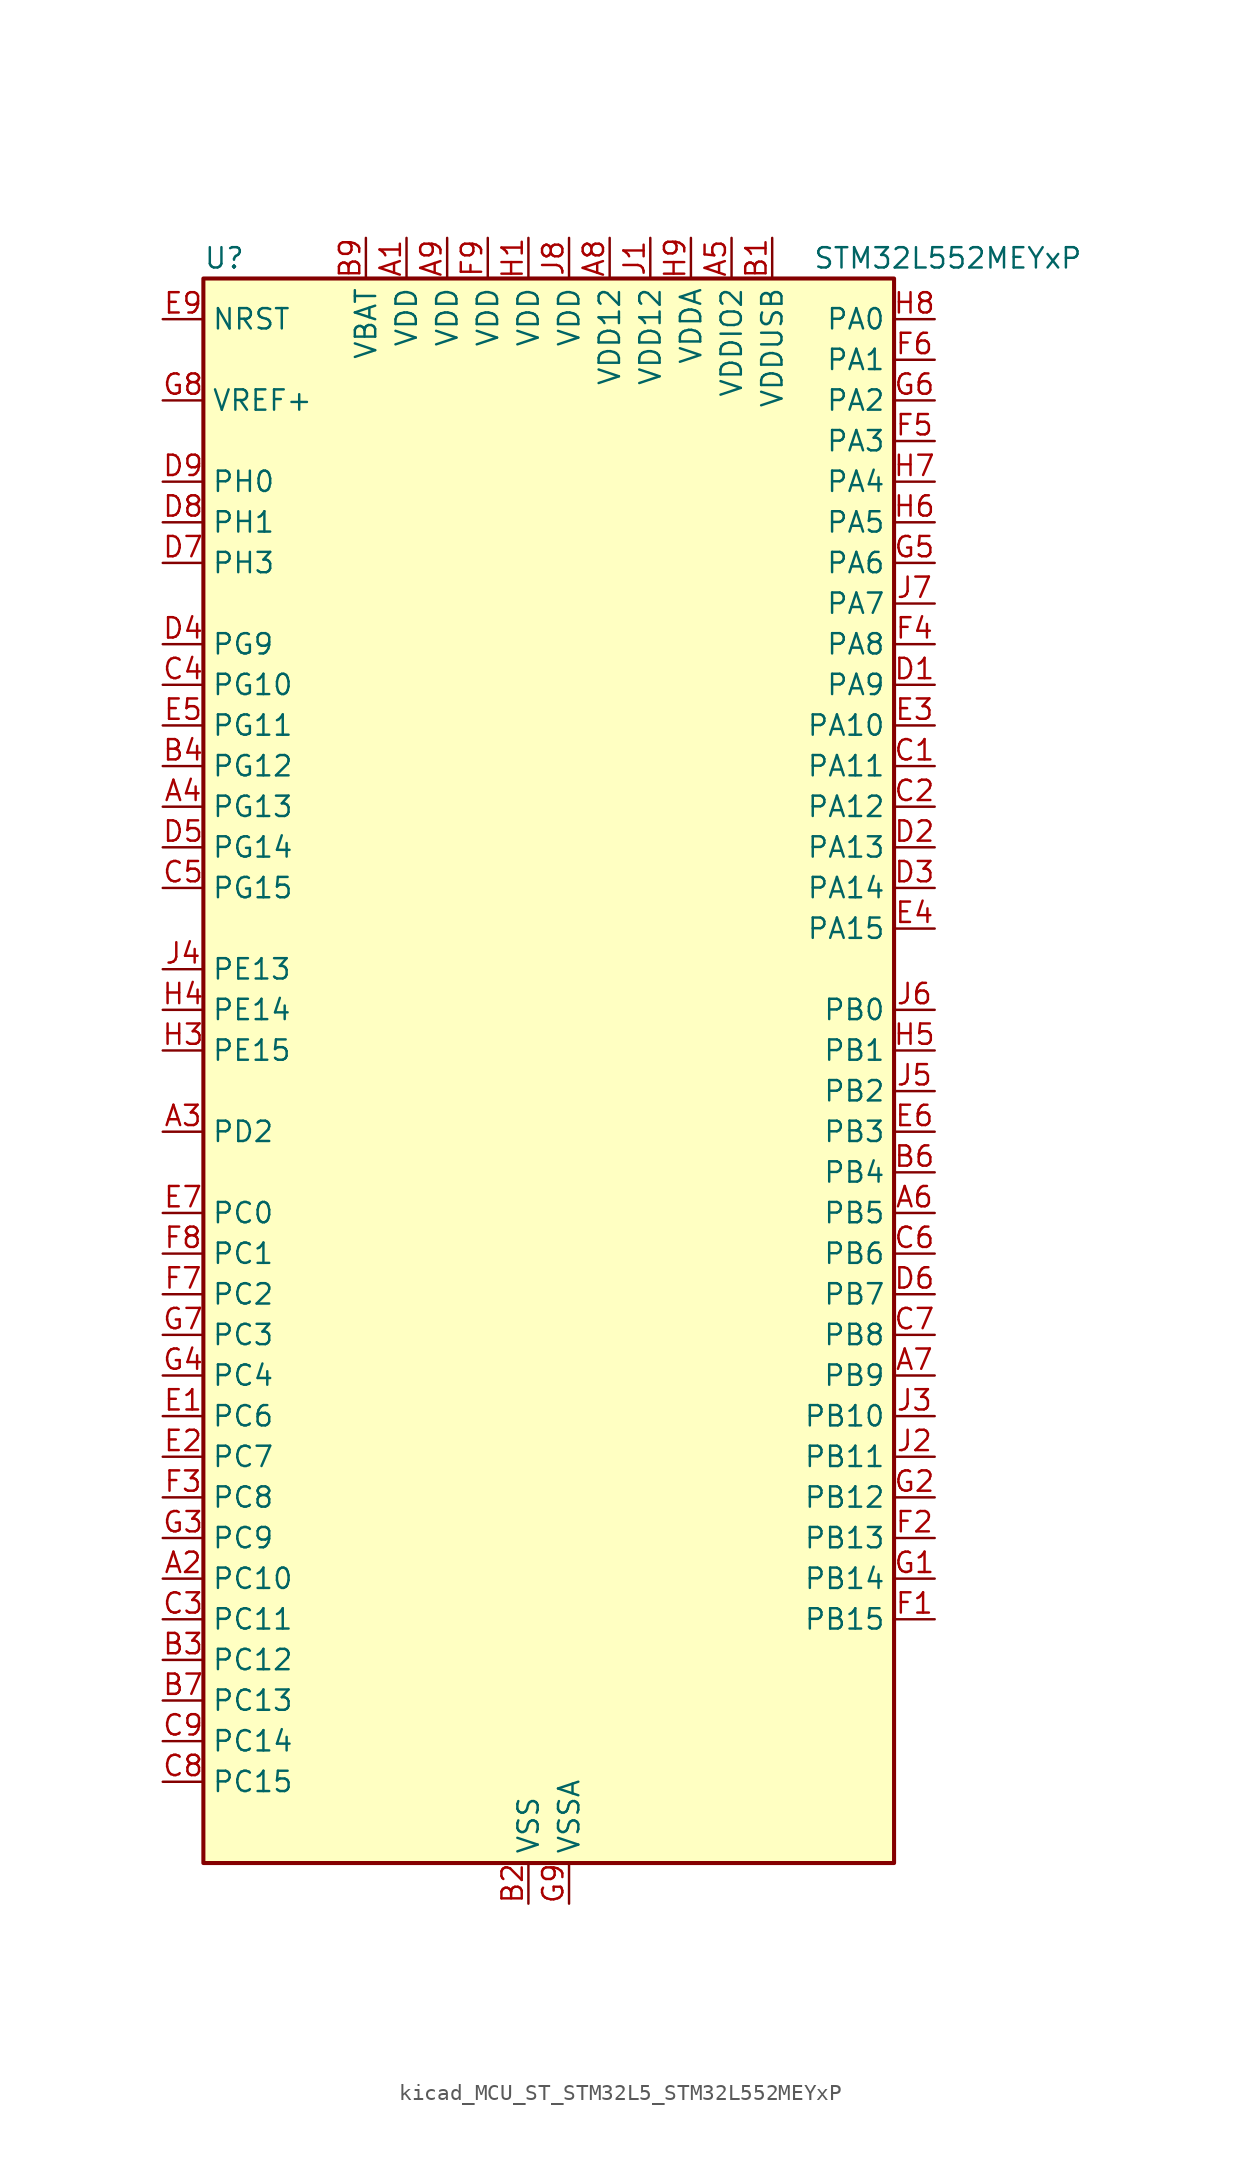
<source format=kicad_sym>
(kicad_symbol_lib
  (version 20220914)
  (generator kicad_symbol_editor)
  (symbol "kicad_MCU_ST_STM32L5_STM32L552MEYxP"
    (property "Reference" "U"
      (at -20.32 52.07 0)
      (effects (font (size 1.27 1.27)) (justify left)))
    (property "Value" "STM32L552MEYxP"
      (at 17.78 52.07 0)
      (effects (font (size 1.27 1.27)) (justify left)))
    (property "ki_locked" ""
      (at 0 0 0)
      (effects (font (size 1.27 1.27))))
    (symbol "kicad_MCU_ST_STM32L5_STM32L552MEYxP_0_1"
      (rectangle (start -20.32 -48.26) (end 22.86 50.8) (stroke (width 0.254) (type default)) (fill (type background))))
    (symbol "kicad_MCU_ST_STM32L5_STM32L552MEYxP_1_1"
      (pin power_in line (at -7.62 53.34 270) (length 2.54) (name "VDD" (effects (font (size 1.27 1.27)))) (number "A1" (effects (font (size 1.27 1.27)))))
      (pin bidirectional line (at -22.86 -30.48 0) (length 2.54) (name "PC10" (effects (font (size 1.27 1.27)))) (number "A2" (effects (font (size 1.27 1.27)))) (alternate "DEBUG_TRACED1" bidirectional line) (alternate "LPTIM3_ETR" bidirectional line) (alternate "SAI2_SCK_B" bidirectional line) (alternate "SDMMC1_D2" bidirectional line) (alternate "SPI3_SCK" bidirectional line) (alternate "TSC_G3_IO2" bidirectional line) (alternate "UART4_TX" bidirectional line) (alternate "USART3_TX" bidirectional line))
      (pin bidirectional line (at -22.86 -2.54 0) (length 2.54) (name "PD2" (effects (font (size 1.27 1.27)))) (number "A3" (effects (font (size 1.27 1.27)))) (alternate "DEBUG_TRACED2" bidirectional line) (alternate "SDMMC1_CMD" bidirectional line) (alternate "TIM3_ETR" bidirectional line) (alternate "TSC_SYNC" bidirectional line) (alternate "UART5_RX" bidirectional line) (alternate "USART3_DE" bidirectional line) (alternate "USART3_RTS" bidirectional line))
      (pin bidirectional line (at -22.86 17.78 0) (length 2.54) (name "PG13" (effects (font (size 1.27 1.27)))) (number "A4" (effects (font (size 1.27 1.27)))) (alternate "I2C1_SDA" bidirectional line) (alternate "USART1_CK" bidirectional line))
      (pin power_in line (at 12.7 53.34 270) (length 2.54) (name "VDDIO2" (effects (font (size 1.27 1.27)))) (number "A5" (effects (font (size 1.27 1.27)))))
      (pin bidirectional line (at 25.4 -7.62 180) (length 2.54) (name "PB5" (effects (font (size 1.27 1.27)))) (number "A6" (effects (font (size 1.27 1.27)))) (alternate "COMP2_OUT" bidirectional line) (alternate "I2C1_SMBA" bidirectional line) (alternate "LPTIM1_IN1" bidirectional line) (alternate "OCTOSPI1_NCLK" bidirectional line) (alternate "SAI1_SD_B" bidirectional line) (alternate "SPI1_MOSI" bidirectional line) (alternate "SPI3_MOSI" bidirectional line) (alternate "TIM16_BKIN" bidirectional line) (alternate "TIM3_CH2" bidirectional line) (alternate "TSC_G2_IO2" bidirectional line) (alternate "UART5_CTS" bidirectional line) (alternate "UCPD1_DBCC1" bidirectional line) (alternate "USART1_CK" bidirectional line))
      (pin bidirectional line (at 25.4 -17.78 180) (length 2.54) (name "PB9" (effects (font (size 1.27 1.27)))) (number "A7" (effects (font (size 1.27 1.27)))) (alternate "DAC1_EXTI9" bidirectional line) (alternate "FDCAN1_TX" bidirectional line) (alternate "I2C1_SDA" bidirectional line) (alternate "IR_OUT" bidirectional line) (alternate "SAI1_D2" bidirectional line) (alternate "SAI1_FS_A" bidirectional line) (alternate "SDMMC1_CDIR" bidirectional line) (alternate "SDMMC1_D5" bidirectional line) (alternate "SPI2_NSS" bidirectional line) (alternate "TIM17_CH1" bidirectional line) (alternate "TIM4_CH4" bidirectional line))
      (pin power_in line (at 5.08 53.34 270) (length 2.54) (name "VDD12" (effects (font (size 1.27 1.27)))) (number "A8" (effects (font (size 1.27 1.27)))))
      (pin power_in line (at -5.08 53.34 270) (length 2.54) (name "VDD" (effects (font (size 1.27 1.27)))) (number "A9" (effects (font (size 1.27 1.27)))))
      (pin power_in line (at 15.24 53.34 270) (length 2.54) (name "VDDUSB" (effects (font (size 1.27 1.27)))) (number "B1" (effects (font (size 1.27 1.27)))))
      (pin power_in line (at 0 -50.8 90) (length 2.54) (name "VSS" (effects (font (size 1.27 1.27)))) (number "B2" (effects (font (size 1.27 1.27)))))
      (pin bidirectional line (at -22.86 -35.56 0) (length 2.54) (name "PC12" (effects (font (size 1.27 1.27)))) (number "B3" (effects (font (size 1.27 1.27)))) (alternate "DEBUG_TRACED3" bidirectional line) (alternate "SAI2_SD_B" bidirectional line) (alternate "SDMMC1_CK" bidirectional line) (alternate "SPI3_MOSI" bidirectional line) (alternate "TSC_G3_IO4" bidirectional line) (alternate "UART5_TX" bidirectional line) (alternate "USART3_CK" bidirectional line))
      (pin bidirectional line (at -22.86 20.32 0) (length 2.54) (name "PG12" (effects (font (size 1.27 1.27)))) (number "B4" (effects (font (size 1.27 1.27)))) (alternate "LPTIM1_ETR" bidirectional line) (alternate "SAI2_SD_A" bidirectional line) (alternate "SPI3_NSS" bidirectional line) (alternate "USART1_DE" bidirectional line) (alternate "USART1_RTS" bidirectional line))
      (pin passive line (at 0 -50.8 90) (length 2.54) hide (name "VSS" (effects (font (size 1.27 1.27)))) (number "B5" (effects (font (size 1.27 1.27)))))
      (pin bidirectional line (at 25.4 -5.08 180) (length 2.54) (name "PB4" (effects (font (size 1.27 1.27)))) (number "B6" (effects (font (size 1.27 1.27)))) (alternate "COMP2_INP" bidirectional line) (alternate "DEBUG_JTRST" bidirectional line) (alternate "I2C3_SDA" bidirectional line) (alternate "SAI1_MCLK_B" bidirectional line) (alternate "SPI1_MISO" bidirectional line) (alternate "SPI3_MISO" bidirectional line) (alternate "TIM17_BKIN" bidirectional line) (alternate "TIM3_CH1" bidirectional line) (alternate "TSC_G2_IO1" bidirectional line) (alternate "UART5_DE" bidirectional line) (alternate "UART5_RTS" bidirectional line) (alternate "USART1_CTS" bidirectional line) (alternate "USART1_NSS" bidirectional line))
      (pin bidirectional line (at -22.86 -38.1 0) (length 2.54) (name "PC13" (effects (font (size 1.27 1.27)))) (number "B7" (effects (font (size 1.27 1.27)))) (alternate "PWR_WKUP2" bidirectional line) (alternate "RTC_OUT1" bidirectional line) (alternate "RTC_TS" bidirectional line) (alternate "TAMP_IN1" bidirectional line) (alternate "TAMP_OUT2" bidirectional line))
      (pin passive line (at 0 -50.8 90) (length 2.54) hide (name "VSS" (effects (font (size 1.27 1.27)))) (number "B8" (effects (font (size 1.27 1.27)))))
      (pin power_in line (at -10.16 53.34 270) (length 2.54) (name "VBAT" (effects (font (size 1.27 1.27)))) (number "B9" (effects (font (size 1.27 1.27)))))
      (pin bidirectional line (at 25.4 20.32 180) (length 2.54) (name "PA11" (effects (font (size 1.27 1.27)))) (number "C1" (effects (font (size 1.27 1.27)))) (alternate "ADC1_EXTI11" bidirectional line) (alternate "ADC2_EXTI11" bidirectional line) (alternate "FDCAN1_RX" bidirectional line) (alternate "SPI1_MISO" bidirectional line) (alternate "TIM1_BKIN2" bidirectional line) (alternate "TIM1_CH4" bidirectional line) (alternate "USART1_CTS" bidirectional line) (alternate "USART1_NSS" bidirectional line) (alternate "USB_DM" bidirectional line))
      (pin bidirectional line (at 25.4 17.78 180) (length 2.54) (name "PA12" (effects (font (size 1.27 1.27)))) (number "C2" (effects (font (size 1.27 1.27)))) (alternate "FDCAN1_TX" bidirectional line) (alternate "SPI1_MOSI" bidirectional line) (alternate "TIM1_ETR" bidirectional line) (alternate "USART1_DE" bidirectional line) (alternate "USART1_RTS" bidirectional line) (alternate "USB_DP" bidirectional line))
      (pin bidirectional line (at -22.86 -33.02 0) (length 2.54) (name "PC11" (effects (font (size 1.27 1.27)))) (number "C3" (effects (font (size 1.27 1.27)))) (alternate "ADC1_EXTI11" bidirectional line) (alternate "ADC2_EXTI11" bidirectional line) (alternate "LPTIM3_IN1" bidirectional line) (alternate "OCTOSPI1_NCS" bidirectional line) (alternate "SAI2_MCLK_B" bidirectional line) (alternate "SDMMC1_D3" bidirectional line) (alternate "SPI3_MISO" bidirectional line) (alternate "TSC_G3_IO3" bidirectional line) (alternate "UART4_RX" bidirectional line) (alternate "UCPD1_FRSTX2" bidirectional line) (alternate "USART3_RX" bidirectional line))
      (pin bidirectional line (at -22.86 25.4 0) (length 2.54) (name "PG10" (effects (font (size 1.27 1.27)))) (number "C4" (effects (font (size 1.27 1.27)))) (alternate "LPTIM1_IN1" bidirectional line) (alternate "SAI2_FS_A" bidirectional line) (alternate "SPI3_MISO" bidirectional line) (alternate "TIM15_CH1" bidirectional line) (alternate "USART1_RX" bidirectional line))
      (pin bidirectional line (at -22.86 12.7 0) (length 2.54) (name "PG15" (effects (font (size 1.27 1.27)))) (number "C5" (effects (font (size 1.27 1.27)))) (alternate "ADC1_EXTI15" bidirectional line) (alternate "ADC2_EXTI15" bidirectional line) (alternate "I2C1_SMBA" bidirectional line) (alternate "LPTIM1_OUT" bidirectional line))
      (pin bidirectional line (at 25.4 -10.16 180) (length 2.54) (name "PB6" (effects (font (size 1.27 1.27)))) (number "C6" (effects (font (size 1.27 1.27)))) (alternate "COMP2_INP" bidirectional line) (alternate "I2C1_SCL" bidirectional line) (alternate "I2C4_SCL" bidirectional line) (alternate "LPTIM1_ETR" bidirectional line) (alternate "SAI1_FS_B" bidirectional line) (alternate "TIM16_CH1N" bidirectional line) (alternate "TIM4_CH1" bidirectional line) (alternate "TIM8_BKIN2" bidirectional line) (alternate "TSC_G2_IO3" bidirectional line) (alternate "USART1_TX" bidirectional line))
      (pin bidirectional line (at 25.4 -15.24 180) (length 2.54) (name "PB8" (effects (font (size 1.27 1.27)))) (number "C7" (effects (font (size 1.27 1.27)))) (alternate "DFSDM1_CKOUT" bidirectional line) (alternate "FDCAN1_RX" bidirectional line) (alternate "I2C1_SCL" bidirectional line) (alternate "SAI1_CK1" bidirectional line) (alternate "SAI1_MCLK_A" bidirectional line) (alternate "SDMMC1_CKIN" bidirectional line) (alternate "SDMMC1_D4" bidirectional line) (alternate "TIM16_CH1" bidirectional line) (alternate "TIM4_CH3" bidirectional line))
      (pin bidirectional line (at -22.86 -43.18 0) (length 2.54) (name "PC15" (effects (font (size 1.27 1.27)))) (number "C8" (effects (font (size 1.27 1.27)))) (alternate "ADC1_EXTI15" bidirectional line) (alternate "ADC2_EXTI15" bidirectional line) (alternate "RCC_OSC32_OUT" bidirectional line))
      (pin bidirectional line (at -22.86 -40.64 0) (length 2.54) (name "PC14" (effects (font (size 1.27 1.27)))) (number "C9" (effects (font (size 1.27 1.27)))) (alternate "RCC_OSC32_IN" bidirectional line))
      (pin bidirectional line (at 25.4 25.4 180) (length 2.54) (name "PA9" (effects (font (size 1.27 1.27)))) (number "D1" (effects (font (size 1.27 1.27)))) (alternate "DAC1_EXTI9" bidirectional line) (alternate "SAI1_FS_A" bidirectional line) (alternate "SPI2_SCK" bidirectional line) (alternate "TIM15_BKIN" bidirectional line) (alternate "TIM1_CH2" bidirectional line) (alternate "USART1_TX" bidirectional line))
      (pin bidirectional line (at 25.4 15.24 180) (length 2.54) (name "PA13" (effects (font (size 1.27 1.27)))) (number "D2" (effects (font (size 1.27 1.27)))) (alternate "DEBUG_JTMS-SWDIO" bidirectional line) (alternate "IR_OUT" bidirectional line) (alternate "SAI1_SD_B" bidirectional line) (alternate "USB_NOE" bidirectional line))
      (pin bidirectional line (at 25.4 12.7 180) (length 2.54) (name "PA14" (effects (font (size 1.27 1.27)))) (number "D3" (effects (font (size 1.27 1.27)))) (alternate "DEBUG_JTCK-SWCLK" bidirectional line) (alternate "I2C1_SMBA" bidirectional line) (alternate "I2C4_SMBA" bidirectional line) (alternate "LPTIM1_OUT" bidirectional line) (alternate "SAI1_FS_B" bidirectional line))
      (pin bidirectional line (at -22.86 27.94 0) (length 2.54) (name "PG9" (effects (font (size 1.27 1.27)))) (number "D4" (effects (font (size 1.27 1.27)))) (alternate "DAC1_EXTI9" bidirectional line) (alternate "SAI2_SCK_A" bidirectional line) (alternate "SPI3_SCK" bidirectional line) (alternate "TIM15_CH1N" bidirectional line) (alternate "USART1_TX" bidirectional line))
      (pin bidirectional line (at -22.86 15.24 0) (length 2.54) (name "PG14" (effects (font (size 1.27 1.27)))) (number "D5" (effects (font (size 1.27 1.27)))) (alternate "I2C1_SCL" bidirectional line))
      (pin bidirectional line (at 25.4 -12.7 180) (length 2.54) (name "PB7" (effects (font (size 1.27 1.27)))) (number "D6" (effects (font (size 1.27 1.27)))) (alternate "COMP2_INM" bidirectional line) (alternate "I2C1_SDA" bidirectional line) (alternate "I2C4_SDA" bidirectional line) (alternate "LPTIM1_IN2" bidirectional line) (alternate "PWR_PVD_IN" bidirectional line) (alternate "TIM17_CH1N" bidirectional line) (alternate "TIM4_CH2" bidirectional line) (alternate "TIM8_BKIN" bidirectional line) (alternate "TSC_G2_IO4" bidirectional line) (alternate "UART4_CTS" bidirectional line) (alternate "USART1_RX" bidirectional line))
      (pin bidirectional line (at -22.86 33.02 0) (length 2.54) (name "PH3" (effects (font (size 1.27 1.27)))) (number "D7" (effects (font (size 1.27 1.27)))))
      (pin bidirectional line (at -22.86 35.56 0) (length 2.54) (name "PH1" (effects (font (size 1.27 1.27)))) (number "D8" (effects (font (size 1.27 1.27)))) (alternate "RCC_OSC_OUT" bidirectional line))
      (pin bidirectional line (at -22.86 38.1 0) (length 2.54) (name "PH0" (effects (font (size 1.27 1.27)))) (number "D9" (effects (font (size 1.27 1.27)))) (alternate "RCC_OSC_IN" bidirectional line))
      (pin bidirectional line (at -22.86 -20.32 0) (length 2.54) (name "PC6" (effects (font (size 1.27 1.27)))) (number "E1" (effects (font (size 1.27 1.27)))) (alternate "DFSDM1_CKIN3" bidirectional line) (alternate "SAI2_MCLK_A" bidirectional line) (alternate "SDMMC1_D0DIR" bidirectional line) (alternate "SDMMC1_D6" bidirectional line) (alternate "TIM3_CH1" bidirectional line) (alternate "TIM8_CH1" bidirectional line) (alternate "TSC_G4_IO1" bidirectional line))
      (pin bidirectional line (at -22.86 -22.86 0) (length 2.54) (name "PC7" (effects (font (size 1.27 1.27)))) (number "E2" (effects (font (size 1.27 1.27)))) (alternate "DFSDM1_DATIN3" bidirectional line) (alternate "SAI2_MCLK_B" bidirectional line) (alternate "SDMMC1_D123DIR" bidirectional line) (alternate "SDMMC1_D7" bidirectional line) (alternate "TIM3_CH2" bidirectional line) (alternate "TIM8_CH2" bidirectional line) (alternate "TSC_G4_IO2" bidirectional line))
      (pin bidirectional line (at 25.4 22.86 180) (length 2.54) (name "PA10" (effects (font (size 1.27 1.27)))) (number "E3" (effects (font (size 1.27 1.27)))) (alternate "CRS_SYNC" bidirectional line) (alternate "SAI1_D1" bidirectional line) (alternate "SAI1_SD_A" bidirectional line) (alternate "TIM17_BKIN" bidirectional line) (alternate "TIM1_CH3" bidirectional line) (alternate "USART1_RX" bidirectional line))
      (pin bidirectional line (at 25.4 10.16 180) (length 2.54) (name "PA15" (effects (font (size 1.27 1.27)))) (number "E4" (effects (font (size 1.27 1.27)))) (alternate "ADC1_EXTI15" bidirectional line) (alternate "ADC2_EXTI15" bidirectional line) (alternate "DEBUG_JTDI" bidirectional line) (alternate "SAI2_FS_B" bidirectional line) (alternate "SPI1_NSS" bidirectional line) (alternate "SPI3_NSS" bidirectional line) (alternate "TIM2_CH1" bidirectional line) (alternate "TIM2_ETR" bidirectional line) (alternate "UART4_DE" bidirectional line) (alternate "UART4_RTS" bidirectional line) (alternate "UCPD1_CC1" bidirectional line) (alternate "USART2_RX" bidirectional line) (alternate "USART3_DE" bidirectional line) (alternate "USART3_RTS" bidirectional line))
      (pin bidirectional line (at -22.86 22.86 0) (length 2.54) (name "PG11" (effects (font (size 1.27 1.27)))) (number "E5" (effects (font (size 1.27 1.27)))) (alternate "ADC1_EXTI11" bidirectional line) (alternate "ADC2_EXTI11" bidirectional line) (alternate "LPTIM1_IN2" bidirectional line) (alternate "OCTOSPI1_IO5" bidirectional line) (alternate "SAI2_MCLK_A" bidirectional line) (alternate "SPI3_MOSI" bidirectional line) (alternate "TIM15_CH2" bidirectional line) (alternate "USART1_CTS" bidirectional line) (alternate "USART1_NSS" bidirectional line))
      (pin bidirectional line (at 25.4 -2.54 180) (length 2.54) (name "PB3" (effects (font (size 1.27 1.27)))) (number "E6" (effects (font (size 1.27 1.27)))) (alternate "COMP2_INM" bidirectional line) (alternate "CRS_SYNC" bidirectional line) (alternate "DEBUG_JTDO-SWO" bidirectional line) (alternate "SAI1_SCK_B" bidirectional line) (alternate "SPI1_SCK" bidirectional line) (alternate "SPI3_SCK" bidirectional line) (alternate "TIM2_CH2" bidirectional line) (alternate "USART1_DE" bidirectional line) (alternate "USART1_RTS" bidirectional line))
      (pin bidirectional line (at -22.86 -7.62 0) (length 2.54) (name "PC0" (effects (font (size 1.27 1.27)))) (number "E7" (effects (font (size 1.27 1.27)))) (alternate "ADC1_IN1" bidirectional line) (alternate "ADC2_IN1" bidirectional line) (alternate "I2C3_SCL" bidirectional line) (alternate "LPTIM1_IN1" bidirectional line) (alternate "LPTIM2_IN1" bidirectional line) (alternate "LPUART1_RX" bidirectional line) (alternate "OCTOSPI1_IO7" bidirectional line) (alternate "SAI2_FS_A" bidirectional line) (alternate "SDMMC1_D5" bidirectional line))
      (pin passive line (at 0 -50.8 90) (length 2.54) hide (name "VSS" (effects (font (size 1.27 1.27)))) (number "E8" (effects (font (size 1.27 1.27)))))
      (pin input line (at -22.86 48.26 0) (length 2.54) (name "NRST" (effects (font (size 1.27 1.27)))) (number "E9" (effects (font (size 1.27 1.27)))))
      (pin bidirectional line (at 25.4 -33.02 180) (length 2.54) (name "PB15" (effects (font (size 1.27 1.27)))) (number "F1" (effects (font (size 1.27 1.27)))) (alternate "ADC1_EXTI15" bidirectional line) (alternate "ADC2_EXTI15" bidirectional line) (alternate "DFSDM1_CKIN2" bidirectional line) (alternate "RTC_REFIN" bidirectional line) (alternate "SAI2_SD_A" bidirectional line) (alternate "SPI2_MOSI" bidirectional line) (alternate "TIM15_CH2" bidirectional line) (alternate "TIM1_CH3N" bidirectional line) (alternate "TIM8_CH3N" bidirectional line) (alternate "UCPD1_CC2" bidirectional line))
      (pin bidirectional line (at 25.4 -27.94 180) (length 2.54) (name "PB13" (effects (font (size 1.27 1.27)))) (number "F2" (effects (font (size 1.27 1.27)))) (alternate "DFSDM1_CKIN1" bidirectional line) (alternate "I2C2_SCL" bidirectional line) (alternate "LPTIM3_IN1" bidirectional line) (alternate "LPUART1_CTS" bidirectional line) (alternate "SAI2_SCK_A" bidirectional line) (alternate "SPI2_SCK" bidirectional line) (alternate "TIM15_CH1N" bidirectional line) (alternate "TIM1_CH1N" bidirectional line) (alternate "TSC_G1_IO2" bidirectional line) (alternate "UCPD1_FRSTX2" bidirectional line) (alternate "USART3_CTS" bidirectional line) (alternate "USART3_NSS" bidirectional line))
      (pin bidirectional line (at -22.86 -25.4 0) (length 2.54) (name "PC8" (effects (font (size 1.27 1.27)))) (number "F3" (effects (font (size 1.27 1.27)))) (alternate "SDMMC1_D0" bidirectional line) (alternate "TIM3_CH3" bidirectional line) (alternate "TIM8_CH3" bidirectional line) (alternate "TSC_G4_IO3" bidirectional line))
      (pin bidirectional line (at 25.4 27.94 180) (length 2.54) (name "PA8" (effects (font (size 1.27 1.27)))) (number "F4" (effects (font (size 1.27 1.27)))) (alternate "LPTIM2_OUT" bidirectional line) (alternate "RCC_MCO" bidirectional line) (alternate "SAI1_CK2" bidirectional line) (alternate "SAI1_SCK_A" bidirectional line) (alternate "TIM1_CH1" bidirectional line) (alternate "USART1_CK" bidirectional line))
      (pin bidirectional line (at 25.4 40.64 180) (length 2.54) (name "PA3" (effects (font (size 1.27 1.27)))) (number "F5" (effects (font (size 1.27 1.27)))) (alternate "ADC1_IN8" bidirectional line) (alternate "ADC2_IN8" bidirectional line) (alternate "LPUART1_RX" bidirectional line) (alternate "OCTOSPI1_CLK" bidirectional line) (alternate "OPAMP1_VOUT" bidirectional line) (alternate "SAI1_CK1" bidirectional line) (alternate "SAI1_MCLK_A" bidirectional line) (alternate "TIM15_CH2" bidirectional line) (alternate "TIM2_CH4" bidirectional line) (alternate "TIM5_CH4" bidirectional line) (alternate "USART2_RX" bidirectional line))
      (pin bidirectional line (at 25.4 45.72 180) (length 2.54) (name "PA1" (effects (font (size 1.27 1.27)))) (number "F6" (effects (font (size 1.27 1.27)))) (alternate "ADC1_IN6" bidirectional line) (alternate "ADC2_IN6" bidirectional line) (alternate "I2C1_SMBA" bidirectional line) (alternate "OCTOSPI1_DQS" bidirectional line) (alternate "OPAMP1_VINM" bidirectional line) (alternate "SPI1_SCK" bidirectional line) (alternate "TAMP_IN5" bidirectional line) (alternate "TAMP_OUT4" bidirectional line) (alternate "TIM15_CH1N" bidirectional line) (alternate "TIM2_CH2" bidirectional line) (alternate "TIM5_CH2" bidirectional line) (alternate "UART4_RX" bidirectional line) (alternate "USART2_DE" bidirectional line) (alternate "USART2_RTS" bidirectional line))
      (pin bidirectional line (at -22.86 -12.7 0) (length 2.54) (name "PC2" (effects (font (size 1.27 1.27)))) (number "F7" (effects (font (size 1.27 1.27)))) (alternate "ADC1_IN3" bidirectional line) (alternate "ADC2_IN3" bidirectional line) (alternate "DFSDM1_CKOUT" bidirectional line) (alternate "LPTIM1_IN2" bidirectional line) (alternate "OCTOSPI1_IO5" bidirectional line) (alternate "SPI2_MISO" bidirectional line))
      (pin bidirectional line (at -22.86 -10.16 0) (length 2.54) (name "PC1" (effects (font (size 1.27 1.27)))) (number "F8" (effects (font (size 1.27 1.27)))) (alternate "ADC1_IN2" bidirectional line) (alternate "ADC2_IN2" bidirectional line) (alternate "DEBUG_TRACED0" bidirectional line) (alternate "I2C3_SDA" bidirectional line) (alternate "LPTIM1_OUT" bidirectional line) (alternate "LPUART1_TX" bidirectional line) (alternate "OCTOSPI1_IO4" bidirectional line) (alternate "SAI1_SD_A" bidirectional line) (alternate "SPI2_MOSI" bidirectional line))
      (pin power_in line (at -2.54 53.34 270) (length 2.54) (name "VDD" (effects (font (size 1.27 1.27)))) (number "F9" (effects (font (size 1.27 1.27)))))
      (pin bidirectional line (at 25.4 -30.48 180) (length 2.54) (name "PB14" (effects (font (size 1.27 1.27)))) (number "G1" (effects (font (size 1.27 1.27)))) (alternate "DFSDM1_DATIN2" bidirectional line) (alternate "I2C2_SDA" bidirectional line) (alternate "LPTIM3_ETR" bidirectional line) (alternate "SAI2_MCLK_A" bidirectional line) (alternate "SPI2_MISO" bidirectional line) (alternate "TIM15_CH1" bidirectional line) (alternate "TIM1_CH2N" bidirectional line) (alternate "TIM8_CH2N" bidirectional line) (alternate "TSC_G1_IO3" bidirectional line) (alternate "UCPD1_DBCC2" bidirectional line) (alternate "USART3_DE" bidirectional line) (alternate "USART3_RTS" bidirectional line))
      (pin bidirectional line (at 25.4 -25.4 180) (length 2.54) (name "PB12" (effects (font (size 1.27 1.27)))) (number "G2" (effects (font (size 1.27 1.27)))) (alternate "DFSDM1_DATIN1" bidirectional line) (alternate "I2C2_SMBA" bidirectional line) (alternate "LPUART1_DE" bidirectional line) (alternate "LPUART1_RTS" bidirectional line) (alternate "OCTOSPI1_NCLK" bidirectional line) (alternate "SAI2_FS_A" bidirectional line) (alternate "SPI2_NSS" bidirectional line) (alternate "TIM15_BKIN" bidirectional line) (alternate "TIM1_BKIN" bidirectional line) (alternate "TSC_G1_IO1" bidirectional line) (alternate "USART3_CK" bidirectional line))
      (pin bidirectional line (at -22.86 -27.94 0) (length 2.54) (name "PC9" (effects (font (size 1.27 1.27)))) (number "G3" (effects (font (size 1.27 1.27)))) (alternate "DAC1_EXTI9" bidirectional line) (alternate "DEBUG_TRACED0" bidirectional line) (alternate "SAI2_EXTCLK" bidirectional line) (alternate "SDMMC1_D1" bidirectional line) (alternate "TIM3_CH4" bidirectional line) (alternate "TIM8_BKIN2" bidirectional line) (alternate "TIM8_CH4" bidirectional line) (alternate "TSC_G4_IO4" bidirectional line) (alternate "USB_NOE" bidirectional line))
      (pin bidirectional line (at -22.86 -17.78 0) (length 2.54) (name "PC4" (effects (font (size 1.27 1.27)))) (number "G4" (effects (font (size 1.27 1.27)))) (alternate "ADC1_IN13" bidirectional line) (alternate "ADC2_IN13" bidirectional line) (alternate "COMP1_INM" bidirectional line) (alternate "OCTOSPI1_IO7" bidirectional line) (alternate "USART3_TX" bidirectional line))
      (pin bidirectional line (at 25.4 33.02 180) (length 2.54) (name "PA6" (effects (font (size 1.27 1.27)))) (number "G5" (effects (font (size 1.27 1.27)))) (alternate "ADC1_IN11" bidirectional line) (alternate "ADC2_IN11" bidirectional line) (alternate "LPUART1_CTS" bidirectional line) (alternate "OCTOSPI1_IO3" bidirectional line) (alternate "OPAMP2_VINP" bidirectional line) (alternate "SPI1_MISO" bidirectional line) (alternate "TIM16_CH1" bidirectional line) (alternate "TIM1_BKIN" bidirectional line) (alternate "TIM3_CH1" bidirectional line) (alternate "TIM8_BKIN" bidirectional line) (alternate "USART3_CTS" bidirectional line) (alternate "USART3_NSS" bidirectional line))
      (pin bidirectional line (at 25.4 43.18 180) (length 2.54) (name "PA2" (effects (font (size 1.27 1.27)))) (number "G6" (effects (font (size 1.27 1.27)))) (alternate "ADC1_IN7" bidirectional line) (alternate "ADC2_IN7" bidirectional line) (alternate "COMP1_INP" bidirectional line) (alternate "LPUART1_TX" bidirectional line) (alternate "OCTOSPI1_NCS" bidirectional line) (alternate "PWR_WKUP4" bidirectional line) (alternate "RCC_LSCO" bidirectional line) (alternate "SAI2_EXTCLK" bidirectional line) (alternate "TIM15_CH1" bidirectional line) (alternate "TIM2_CH3" bidirectional line) (alternate "TIM5_CH3" bidirectional line) (alternate "UCPD1_FRSTX1" bidirectional line) (alternate "USART2_TX" bidirectional line))
      (pin bidirectional line (at -22.86 -15.24 0) (length 2.54) (name "PC3" (effects (font (size 1.27 1.27)))) (number "G7" (effects (font (size 1.27 1.27)))) (alternate "ADC1_IN4" bidirectional line) (alternate "ADC2_IN4" bidirectional line) (alternate "LPTIM1_ETR" bidirectional line) (alternate "LPTIM2_ETR" bidirectional line) (alternate "LPTIM3_OUT" bidirectional line) (alternate "OCTOSPI1_IO6" bidirectional line) (alternate "SAI1_D1" bidirectional line) (alternate "SAI1_SD_A" bidirectional line) (alternate "SPI2_MOSI" bidirectional line))
      (pin input line (at -22.86 43.18 0) (length 2.54) (name "VREF+" (effects (font (size 1.27 1.27)))) (number "G8" (effects (font (size 1.27 1.27)))))
      (pin power_in line (at 2.54 -50.8 90) (length 2.54) (name "VSSA" (effects (font (size 1.27 1.27)))) (number "G9" (effects (font (size 1.27 1.27)))))
      (pin power_in line (at 0 53.34 270) (length 2.54) (name "VDD" (effects (font (size 1.27 1.27)))) (number "H1" (effects (font (size 1.27 1.27)))))
      (pin passive line (at 0 -50.8 90) (length 2.54) hide (name "VSS" (effects (font (size 1.27 1.27)))) (number "H2" (effects (font (size 1.27 1.27)))))
      (pin bidirectional line (at -22.86 2.54 0) (length 2.54) (name "PE15" (effects (font (size 1.27 1.27)))) (number "H3" (effects (font (size 1.27 1.27)))) (alternate "ADC1_EXTI15" bidirectional line) (alternate "ADC2_EXTI15" bidirectional line) (alternate "OCTOSPI1_IO3" bidirectional line) (alternate "SPI1_MOSI" bidirectional line) (alternate "TIM1_BKIN" bidirectional line))
      (pin bidirectional line (at -22.86 5.08 0) (length 2.54) (name "PE14" (effects (font (size 1.27 1.27)))) (number "H4" (effects (font (size 1.27 1.27)))) (alternate "OCTOSPI1_IO2" bidirectional line) (alternate "SPI1_MISO" bidirectional line) (alternate "TIM1_BKIN2" bidirectional line) (alternate "TIM1_CH4" bidirectional line))
      (pin bidirectional line (at 25.4 2.54 180) (length 2.54) (name "PB1" (effects (font (size 1.27 1.27)))) (number "H5" (effects (font (size 1.27 1.27)))) (alternate "ADC1_IN16" bidirectional line) (alternate "ADC2_IN16" bidirectional line) (alternate "COMP1_INM" bidirectional line) (alternate "DFSDM1_DATIN0" bidirectional line) (alternate "LPTIM2_IN1" bidirectional line) (alternate "LPUART1_DE" bidirectional line) (alternate "LPUART1_RTS" bidirectional line) (alternate "OCTOSPI1_IO0" bidirectional line) (alternate "TIM1_CH3N" bidirectional line) (alternate "TIM3_CH4" bidirectional line) (alternate "TIM8_CH3N" bidirectional line) (alternate "USART3_DE" bidirectional line) (alternate "USART3_RTS" bidirectional line))
      (pin bidirectional line (at 25.4 35.56 180) (length 2.54) (name "PA5" (effects (font (size 1.27 1.27)))) (number "H6" (effects (font (size 1.27 1.27)))) (alternate "ADC1_IN10" bidirectional line) (alternate "ADC2_IN10" bidirectional line) (alternate "DAC1_OUT2" bidirectional line) (alternate "LPTIM2_ETR" bidirectional line) (alternate "SPI1_SCK" bidirectional line) (alternate "TIM2_CH1" bidirectional line) (alternate "TIM2_ETR" bidirectional line) (alternate "TIM8_CH1N" bidirectional line))
      (pin bidirectional line (at 25.4 38.1 180) (length 2.54) (name "PA4" (effects (font (size 1.27 1.27)))) (number "H7" (effects (font (size 1.27 1.27)))) (alternate "ADC1_IN9" bidirectional line) (alternate "ADC2_IN9" bidirectional line) (alternate "DAC1_OUT1" bidirectional line) (alternate "LPTIM2_OUT" bidirectional line) (alternate "OCTOSPI1_NCS" bidirectional line) (alternate "SAI1_FS_B" bidirectional line) (alternate "SPI1_NSS" bidirectional line) (alternate "SPI3_NSS" bidirectional line) (alternate "USART2_CK" bidirectional line))
      (pin bidirectional line (at 25.4 48.26 180) (length 2.54) (name "PA0" (effects (font (size 1.27 1.27)))) (number "H8" (effects (font (size 1.27 1.27)))) (alternate "ADC1_IN5" bidirectional line) (alternate "ADC2_IN5" bidirectional line) (alternate "OPAMP1_VINP" bidirectional line) (alternate "PWR_WKUP1" bidirectional line) (alternate "SAI1_EXTCLK" bidirectional line) (alternate "TAMP_IN2" bidirectional line) (alternate "TAMP_OUT1" bidirectional line) (alternate "TIM2_CH1" bidirectional line) (alternate "TIM2_ETR" bidirectional line) (alternate "TIM5_CH1" bidirectional line) (alternate "TIM8_ETR" bidirectional line) (alternate "UART4_TX" bidirectional line) (alternate "USART2_CTS" bidirectional line) (alternate "USART2_NSS" bidirectional line))
      (pin power_in line (at 10.16 53.34 270) (length 2.54) (name "VDDA" (effects (font (size 1.27 1.27)))) (number "H9" (effects (font (size 1.27 1.27)))))
      (pin power_in line (at 7.62 53.34 270) (length 2.54) (name "VDD12" (effects (font (size 1.27 1.27)))) (number "J1" (effects (font (size 1.27 1.27)))))
      (pin bidirectional line (at 25.4 -22.86 180) (length 2.54) (name "PB11" (effects (font (size 1.27 1.27)))) (number "J2" (effects (font (size 1.27 1.27)))) (alternate "ADC1_EXTI11" bidirectional line) (alternate "ADC2_EXTI11" bidirectional line) (alternate "COMP2_OUT" bidirectional line) (alternate "I2C2_SDA" bidirectional line) (alternate "I2C4_SDA" bidirectional line) (alternate "LPUART1_TX" bidirectional line) (alternate "OCTOSPI1_NCS" bidirectional line) (alternate "TIM2_CH4" bidirectional line) (alternate "USART3_RX" bidirectional line))
      (pin bidirectional line (at 25.4 -20.32 180) (length 2.54) (name "PB10" (effects (font (size 1.27 1.27)))) (number "J3" (effects (font (size 1.27 1.27)))) (alternate "COMP1_OUT" bidirectional line) (alternate "I2C2_SCL" bidirectional line) (alternate "I2C4_SCL" bidirectional line) (alternate "LPTIM3_OUT" bidirectional line) (alternate "LPUART1_RX" bidirectional line) (alternate "OCTOSPI1_CLK" bidirectional line) (alternate "SAI1_SCK_A" bidirectional line) (alternate "SPI2_SCK" bidirectional line) (alternate "TIM2_CH3" bidirectional line) (alternate "TSC_SYNC" bidirectional line) (alternate "USART3_TX" bidirectional line))
      (pin bidirectional line (at -22.86 7.62 0) (length 2.54) (name "PE13" (effects (font (size 1.27 1.27)))) (number "J4" (effects (font (size 1.27 1.27)))) (alternate "OCTOSPI1_IO1" bidirectional line) (alternate "SPI1_SCK" bidirectional line) (alternate "TIM1_CH3" bidirectional line) (alternate "TSC_G5_IO4" bidirectional line))
      (pin bidirectional line (at 25.4 0 180) (length 2.54) (name "PB2" (effects (font (size 1.27 1.27)))) (number "J5" (effects (font (size 1.27 1.27)))) (alternate "COMP1_INP" bidirectional line) (alternate "DFSDM1_CKIN0" bidirectional line) (alternate "I2C3_SMBA" bidirectional line) (alternate "LPTIM1_OUT" bidirectional line) (alternate "OCTOSPI1_DQS" bidirectional line) (alternate "RTC_OUT2" bidirectional line) (alternate "UCPD1_FRSTX1" bidirectional line))
      (pin bidirectional line (at 25.4 5.08 180) (length 2.54) (name "PB0" (effects (font (size 1.27 1.27)))) (number "J6" (effects (font (size 1.27 1.27)))) (alternate "ADC1_IN15" bidirectional line) (alternate "ADC2_IN15" bidirectional line) (alternate "COMP1_OUT" bidirectional line) (alternate "OCTOSPI1_IO1" bidirectional line) (alternate "OPAMP2_VOUT" bidirectional line) (alternate "SAI1_EXTCLK" bidirectional line) (alternate "SPI1_NSS" bidirectional line) (alternate "TIM1_CH2N" bidirectional line) (alternate "TIM3_CH3" bidirectional line) (alternate "TIM8_CH2N" bidirectional line) (alternate "USART3_CK" bidirectional line))
      (pin bidirectional line (at 25.4 30.48 180) (length 2.54) (name "PA7" (effects (font (size 1.27 1.27)))) (number "J7" (effects (font (size 1.27 1.27)))) (alternate "ADC1_IN12" bidirectional line) (alternate "ADC2_IN12" bidirectional line) (alternate "I2C3_SCL" bidirectional line) (alternate "OCTOSPI1_IO2" bidirectional line) (alternate "OPAMP2_VINM" bidirectional line) (alternate "SPI1_MOSI" bidirectional line) (alternate "TIM17_CH1" bidirectional line) (alternate "TIM1_CH1N" bidirectional line) (alternate "TIM3_CH2" bidirectional line) (alternate "TIM8_CH1N" bidirectional line))
      (pin power_in line (at 2.54 53.34 270) (length 2.54) (name "VDD" (effects (font (size 1.27 1.27)))) (number "J8" (effects (font (size 1.27 1.27)))))
      (pin passive line (at 0 -50.8 90) (length 2.54) hide (name "VSS" (effects (font (size 1.27 1.27)))) (number "J9" (effects (font (size 1.27 1.27))))))))
</source>
